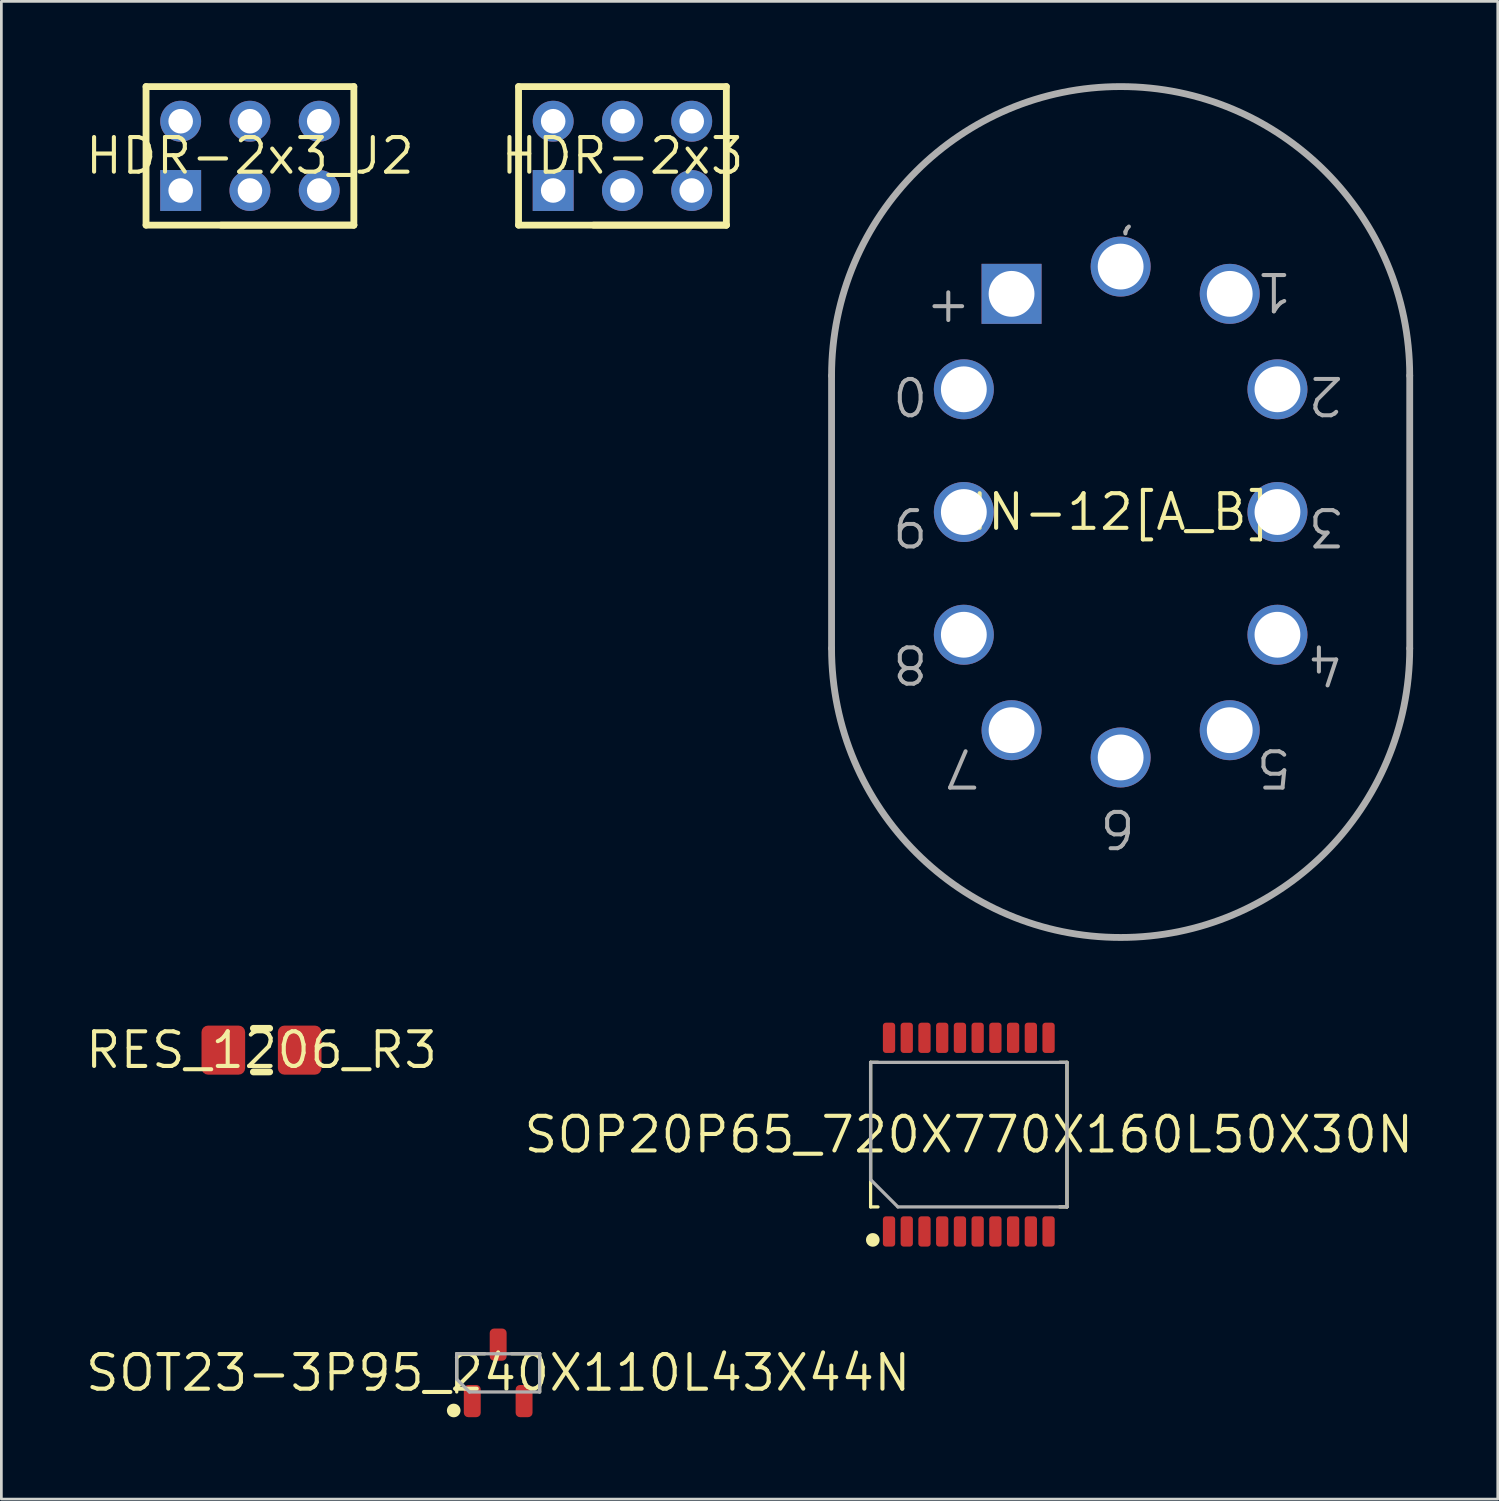
<source format=kicad_pcb>
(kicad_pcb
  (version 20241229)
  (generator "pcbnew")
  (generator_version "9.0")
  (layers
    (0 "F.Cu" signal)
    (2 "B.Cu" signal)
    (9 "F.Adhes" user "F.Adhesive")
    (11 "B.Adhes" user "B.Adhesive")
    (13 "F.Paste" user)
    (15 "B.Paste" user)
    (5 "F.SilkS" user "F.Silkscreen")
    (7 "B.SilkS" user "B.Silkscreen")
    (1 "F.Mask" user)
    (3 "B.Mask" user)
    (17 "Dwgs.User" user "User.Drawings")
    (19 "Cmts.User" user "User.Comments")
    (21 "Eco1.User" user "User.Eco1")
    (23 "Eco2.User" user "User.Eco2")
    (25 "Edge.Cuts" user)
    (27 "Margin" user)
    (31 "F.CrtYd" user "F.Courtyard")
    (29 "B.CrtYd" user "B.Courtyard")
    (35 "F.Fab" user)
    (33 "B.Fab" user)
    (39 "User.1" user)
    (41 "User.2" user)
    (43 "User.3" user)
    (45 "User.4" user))
  (footprint "HDR-2x3"
    (layer "F.Cu")
    (at 19.774 2.665)
    (property "Reference" "HDR-2x3" (at 0 0 0) (layer "F.SilkS") (effects (font (size 1.27 1.27) (thickness 0.15))))
    (fp_line (start -3.81 -2.54) (end 3.81 -2.54) (stroke (width 0.25) (type solid)) (layer "F.SilkS"))
    (fp_line (start -3.81 2.54) (end -3.81 -2.54) (stroke (width 0.25) (type solid)) (layer "F.SilkS"))
    (fp_line (start -3.81 2.54) (end 3.81 2.54) (stroke (width 0.25) (type solid)) (layer "F.SilkS"))
    (fp_line (start -1.059 2.54) (end 3.81 2.54) (stroke (width 0.25) (type solid)) (layer "F.SilkS"))
    (fp_line (start 3.81 2.54) (end 3.81 -2.54) (stroke (width 0.25) (type solid)) (layer "F.SilkS"))
    (pad "1" thru_hole rect (at -2.54 1.27) (size 1.5 1.5) (drill 0.9) (layers "*.Cu" "*.Mask"))
    (pad "2" thru_hole circle (at -2.54 -1.27) (size 1.5 1.5) (drill 0.9) (layers "*.Cu" "*.Mask"))
    (pad "3" thru_hole circle (at 0 1.27) (size 1.5 1.5) (drill 0.9) (layers "*.Cu" "*.Mask"))
    (pad "4" thru_hole circle (at 0 -1.27) (size 1.5 1.5) (drill 0.9) (layers "*.Cu" "*.Mask"))
    (pad "5" thru_hole circle (at 2.54 1.27) (size 1.5 1.5) (drill 0.9) (layers "*.Cu" "*.Mask"))
    (pad "6" thru_hole circle (at 2.54 -1.27) (size 1.5 1.5) (drill 0.9) (layers "*.Cu" "*.Mask")))
  (footprint "IN-12[A_B]"
    (layer "F.Cu")
    (at 38.042 15.725)
    (property "Reference" "IN-12[A_B]" (at 0 0 0) (layer "F.SilkS") (effects (font (size 1.27 1.27) (thickness 0.15))))
    (fp_line (start -10.6 5) (end -10.6 -5) (stroke (width 0.25) (type solid)) (layer "F.Fab"))
    (fp_line (start 10.6 -5) (end 10.6 5) (stroke (width 0.25) (type solid)) (layer "F.Fab"))
    (fp_arc (start -10.6 -4.999998) (mid -0.000001 -15.599999) (end 10.6 -5) (stroke (width 0.25) (type solid)) (layer "F.Fab"))
    (fp_arc (start 10.6 4.999998) (mid 0.000001 15.599999) (end -10.6 5) (stroke (width 0.25) (type solid)) (layer "F.Fab"))
    (fp_text user "5" (at 6.35 10.16 180) (unlocked yes) (layer "F.Fab") (effects (font (size 1.332 1.332) (thickness 0.148)) (justify left top)))
    (fp_text user "9" (at -6.985 1.317 180) (unlocked yes) (layer "F.Fab") (effects (font (size 1.332 1.332) (thickness 0.148)) (justify left top)))
    (fp_text user "6" (at 0.617 12.383 180) (unlocked yes) (layer "F.Fab") (effects (font (size 1.332 1.332) (thickness 0.148)) (justify left top)))
    (fp_text user "0" (at -6.985 -3.492 180) (unlocked yes) (layer "F.Fab") (effects (font (size 1.332 1.332) (thickness 0.148)) (justify left top)))
    (fp_text user "1" (at 6.35 -7.303 180) (unlocked yes) (layer "F.Fab") (effects (font (size 1.332 1.332) (thickness 0.148)) (justify left top)))
    (fp_text user "7" (at -5.08 10.16 180) (unlocked yes) (layer "F.Fab") (effects (font (size 1.332 1.332) (thickness 0.148)) (justify left top)))
    (fp_text user "3" (at 8.255 1.317 180) (unlocked yes) (layer "F.Fab") (effects (font (size 1.332 1.332) (thickness 0.148)) (justify left top)))
    (fp_text user "," (at 0.653 -8.89 180) (unlocked yes) (layer "F.Fab") (effects (font (size 1.332 1.332) (thickness 0.148)) (justify left top)))
    (fp_text user "+" (at -5.398 -6.668 180) (unlocked yes) (layer "F.Fab") (effects (font (size 1.332 1.332) (thickness 0.148)) (justify left top)))
    (fp_text user "4" (at 8.255 6.35 180) (unlocked yes) (layer "F.Fab") (effects (font (size 1.332 1.332) (thickness 0.148)) (justify left top)))
    (fp_text user "2" (at 8.255 -3.492 180) (unlocked yes) (layer "F.Fab") (effects (font (size 1.332 1.332) (thickness 0.148)) (justify left top)))
    (fp_text user "8" (at -6.985 6.35 180) (unlocked yes) (layer "F.Fab") (effects (font (size 1.332 1.332) (thickness 0.148)) (justify left top)))
    (pad "1" thru_hole rect (at -4 -8) (size 2.2 2.2) (drill 1.68) (layers "*.Cu" "*.Mask"))
    (pad "2" thru_hole circle (at -5.75 -4.5) (size 2.2 2.2) (drill 1.68) (layers "*.Cu" "*.Mask"))
    (pad "3" thru_hole circle (at -5.75 0) (size 2.2 2.2) (drill 1.68) (layers "*.Cu" "*.Mask"))
    (pad "4" thru_hole circle (at -5.75 4.5) (size 2.2 2.2) (drill 1.68) (layers "*.Cu" "*.Mask"))
    (pad "5" thru_hole circle (at -4 8) (size 2.2 2.2) (drill 1.68) (layers "*.Cu" "*.Mask"))
    (pad "6" thru_hole circle (at 0 9) (size 2.2 2.2) (drill 1.68) (layers "*.Cu" "*.Mask"))
    (pad "7" thru_hole circle (at 4 8) (size 2.2 2.2) (drill 1.68) (layers "*.Cu" "*.Mask"))
    (pad "8" thru_hole circle (at 5.75 4.5) (size 2.2 2.2) (drill 1.68) (layers "*.Cu" "*.Mask"))
    (pad "9" thru_hole circle (at 5.75 0) (size 2.2 2.2) (drill 1.68) (layers "*.Cu" "*.Mask"))
    (pad "10" thru_hole circle (at 5.75 -4.5) (size 2.2 2.2) (drill 1.68) (layers "*.Cu" "*.Mask"))
    (pad "11" thru_hole circle (at 4 -8) (size 2.2 2.2) (drill 1.68) (layers "*.Cu" "*.Mask"))
    (pad "12" thru_hole circle (at 0 -9) (size 2.2 2.2) (drill 1.68) (layers "*.Cu" "*.Mask")))
  (footprint "HDR-2x3_J2"
    (layer "F.Cu")
    (at 6.115 2.665)
    (property "Reference" "HDR-2x3_J2" (at 0 0 0) (layer "F.SilkS") (effects (font (size 1.27 1.27) (thickness 0.15))))
    (fp_line (start -3.81 -2.54) (end 3.81 -2.54) (stroke (width 0.25) (type solid)) (layer "F.SilkS"))
    (fp_line (start -3.81 2.54) (end -3.81 -2.54) (stroke (width 0.25) (type solid)) (layer "F.SilkS"))
    (fp_line (start -3.81 2.54) (end 3.81 2.54) (stroke (width 0.25) (type solid)) (layer "F.SilkS"))
    (fp_line (start -1.059 2.54) (end 3.81 2.54) (stroke (width 0.25) (type solid)) (layer "F.SilkS"))
    (fp_line (start 3.81 2.54) (end 3.81 -2.54) (stroke (width 0.25) (type solid)) (layer "F.SilkS"))
    (pad "1" thru_hole rect (at -2.54 1.27) (size 1.5 1.5) (drill 0.9) (layers "*.Cu" "*.Mask"))
    (pad "2" thru_hole circle (at -2.54 -1.27) (size 1.5 1.5) (drill 0.9) (layers "*.Cu" "*.Mask"))
    (pad "3" thru_hole circle (at 0 1.27) (size 1.5 1.5) (drill 0.9) (layers "*.Cu" "*.Mask"))
    (pad "4" thru_hole circle (at 0 -1.27) (size 1.5 1.5) (drill 0.9) (layers "*.Cu" "*.Mask"))
    (pad "5" thru_hole circle (at 2.54 1.27) (size 1.5 1.5) (drill 0.9) (layers "*.Cu" "*.Mask"))
    (pad "6" thru_hole circle (at 2.54 -1.27) (size 1.5 1.5) (drill 0.9) (layers "*.Cu" "*.Mask")))
  (footprint "RES_1206_R3"
    (layer "F.Cu")
    (at 6.539 35.456)
    (property "Reference" "RES_1206_R3" (at 0 0 0) (layer "F.SilkS") (effects (font (size 1.27 1.27) (thickness 0.15))))
    (fp_line (start -0.299 -0.799) (end 0.299 -0.799) (stroke (width 0.25) (type solid)) (layer "F.SilkS"))
    (fp_line (start -0.299 0.799) (end 0.299 0.799) (stroke (width 0.25) (type solid)) (layer "F.SilkS"))
    (pad "1" smd roundrect (at -1.4 0 90) (size 1.8 1.6) (layers "F.Cu" "F.Mask" "F.Paste") (roundrect_rratio 0.15))
    (pad "2" smd roundrect (at 1.4 0 90) (size 1.8 1.6) (layers "F.Cu" "F.Mask" "F.Paste") (roundrect_rratio 0.15)))
  (footprint "SOT23-3P95_240X110L43X44N"
    (layer "F.Cu")
    (at 15.217 47.29)
    (property "Reference" "SOT23-3P95_240X110L43X44N" (at 0 0 0) (layer "F.SilkS") (effects (font (size 1.27 1.27) (thickness 0.15))))
    (fp_line (start -1.52 -0.7) (end -1.52 0.7) (stroke (width 0.12) (type solid)) (layer "F.SilkS"))
    (fp_line (start -0.49 -0.7) (end -1.52 -0.7) (stroke (width 0.12) (type solid)) (layer "F.SilkS"))
    (fp_line (start 0.49 -0.7) (end 1.52 -0.7) (stroke (width 0.12) (type solid)) (layer "F.SilkS"))
    (fp_line (start 1.52 -0.7) (end 1.52 0.7) (stroke (width 0.12) (type solid)) (layer "F.SilkS"))
    (fp_circle (center -1.63 1.38) (end -1.505 1.38) (stroke (width 0.25) (type solid)) (fill yes) (layer "F.SilkS"))
    (fp_line (start -1.52 -0.7) (end 1.52 -0.7) (stroke (width 0.12) (type solid)) (layer "F.Fab"))
    (fp_line (start -1.52 0.233) (end -1.52 -0.7) (stroke (width 0.12) (type solid)) (layer "F.Fab"))
    (fp_line (start -1.053 0.7) (end -1.52 0.233) (stroke (width 0.12) (type solid)) (layer "F.Fab"))
    (fp_line (start 1.52 -0.7) (end 1.52 0.7) (stroke (width 0.12) (type solid)) (layer "F.Fab"))
    (fp_line (start 1.52 0.7) (end -1.053 0.7) (stroke (width 0.12) (type solid)) (layer "F.Fab"))
    (pad "1" smd roundrect (at -0.95 1.035) (size 0.62 1.18) (layers "F.Cu" "F.Mask" "F.Paste") (roundrect_rratio 0.26))
    (pad "2" smd roundrect (at 0.95 1.035) (size 0.62 1.18) (layers "F.Cu" "F.Mask" "F.Paste") (roundrect_rratio 0.26))
    (pad "3" smd roundrect (at 0 -1.035 180) (size 0.62 1.18) (layers "F.Cu" "F.Mask" "F.Paste") (roundrect_rratio 0.26)))
  (footprint "SOP20P65_720X770X160L50X30N"
    (layer "F.Cu")
    (at 32.474 38.555)
    (property "Reference" "SOP20P65_720X770X160L50X30N" (at 0 0 0) (layer "F.SilkS") (effects (font (size 1.27 1.27) (thickness 0.15))))
    (fp_line (start -3.6 -2.65) (end -3.6 2.65) (stroke (width 0.12) (type solid)) (layer "F.SilkS"))
    (fp_line (start -3.6 2.65) (end -3.33 2.65) (stroke (width 0.12) (type solid)) (layer "F.SilkS"))
    (fp_line (start -3.33 -2.65) (end -3.6 -2.65) (stroke (width 0.12) (type solid)) (layer "F.SilkS"))
    (fp_line (start 3.33 -2.65) (end 3.6 -2.65) (stroke (width 0.12) (type solid)) (layer "F.SilkS"))
    (fp_line (start 3.6 -2.65) (end 3.6 2.65) (stroke (width 0.12) (type solid)) (layer "F.SilkS"))
    (fp_line (start 3.6 2.65) (end 3.33 2.65) (stroke (width 0.12) (type solid)) (layer "F.SilkS"))
    (fp_circle (center -3.52 3.86) (end -3.395 3.86) (stroke (width 0.25) (type solid)) (fill yes) (layer "F.SilkS"))
    (fp_line (start -3.6 -2.65) (end 3.6 -2.65) (stroke (width 0.12) (type solid)) (layer "F.Fab"))
    (fp_line (start -3.6 1.65) (end -3.6 -2.65) (stroke (width 0.12) (type solid)) (layer "F.Fab"))
    (fp_line (start -2.6 2.65) (end -3.6 1.65) (stroke (width 0.12) (type solid)) (layer "F.Fab"))
    (fp_line (start 3.6 -2.65) (end 3.6 2.65) (stroke (width 0.12) (type solid)) (layer "F.Fab"))
    (fp_line (start 3.6 2.65) (end -2.6 2.65) (stroke (width 0.12) (type solid)) (layer "F.Fab"))
    (pad "1" smd roundrect (at -2.925 3.55) (size 0.45 1.11) (layers "F.Cu" "F.Mask" "F.Paste") (roundrect_rratio 0.245))
    (pad "2" smd roundrect (at -2.275 3.55) (size 0.45 1.11) (layers "F.Cu" "F.Mask" "F.Paste") (roundrect_rratio 0.245))
    (pad "3" smd roundrect (at -1.625 3.55) (size 0.45 1.11) (layers "F.Cu" "F.Mask" "F.Paste") (roundrect_rratio 0.245))
    (pad "4" smd roundrect (at -0.975 3.55) (size 0.45 1.11) (layers "F.Cu" "F.Mask" "F.Paste") (roundrect_rratio 0.245))
    (pad "5" smd roundrect (at -0.325 3.55) (size 0.45 1.11) (layers "F.Cu" "F.Mask" "F.Paste") (roundrect_rratio 0.245))
    (pad "6" smd roundrect (at 0.325 3.55) (size 0.45 1.11) (layers "F.Cu" "F.Mask" "F.Paste") (roundrect_rratio 0.245))
    (pad "7" smd roundrect (at 0.975 3.55) (size 0.45 1.11) (layers "F.Cu" "F.Mask" "F.Paste") (roundrect_rratio 0.245))
    (pad "8" smd roundrect (at 1.625 3.55) (size 0.45 1.11) (layers "F.Cu" "F.Mask" "F.Paste") (roundrect_rratio 0.245))
    (pad "9" smd roundrect (at 2.275 3.55) (size 0.45 1.11) (layers "F.Cu" "F.Mask" "F.Paste") (roundrect_rratio 0.245))
    (pad "10" smd roundrect (at 2.925 3.55) (size 0.45 1.11) (layers "F.Cu" "F.Mask" "F.Paste") (roundrect_rratio 0.245))
    (pad "11" smd roundrect (at 2.925 -3.55 180) (size 0.45 1.11) (layers "F.Cu" "F.Mask" "F.Paste") (roundrect_rratio 0.245))
    (pad "12" smd roundrect (at 2.275 -3.55 180) (size 0.45 1.11) (layers "F.Cu" "F.Mask" "F.Paste") (roundrect_rratio 0.245))
    (pad "13" smd roundrect (at 1.625 -3.55 180) (size 0.45 1.11) (layers "F.Cu" "F.Mask" "F.Paste") (roundrect_rratio 0.245))
    (pad "14" smd roundrect (at 0.975 -3.55 180) (size 0.45 1.11) (layers "F.Cu" "F.Mask" "F.Paste") (roundrect_rratio 0.245))
    (pad "15" smd roundrect (at 0.325 -3.55 180) (size 0.45 1.11) (layers "F.Cu" "F.Mask" "F.Paste") (roundrect_rratio 0.245))
    (pad "16" smd roundrect (at -0.325 -3.55 180) (size 0.45 1.11) (layers "F.Cu" "F.Mask" "F.Paste") (roundrect_rratio 0.245))
    (pad "17" smd roundrect (at -0.975 -3.55 180) (size 0.45 1.11) (layers "F.Cu" "F.Mask" "F.Paste") (roundrect_rratio 0.245))
    (pad "18" smd roundrect (at -1.625 -3.55 180) (size 0.45 1.11) (layers "F.Cu" "F.Mask" "F.Paste") (roundrect_rratio 0.245))
    (pad "19" smd roundrect (at -2.275 -3.55 180) (size 0.45 1.11) (layers "F.Cu" "F.Mask" "F.Paste") (roundrect_rratio 0.245))
    (pad "20" smd roundrect (at -2.925 -3.55 180) (size 0.45 1.11) (layers "F.Cu" "F.Mask" "F.Paste") (roundrect_rratio 0.245)))
  (gr_rect
    (start -3 -3)
    (end 51.87 51.92)
    (stroke (width 0.1) (type default))
    (fill no)
    (layer "Edge.Cuts")))
</source>
